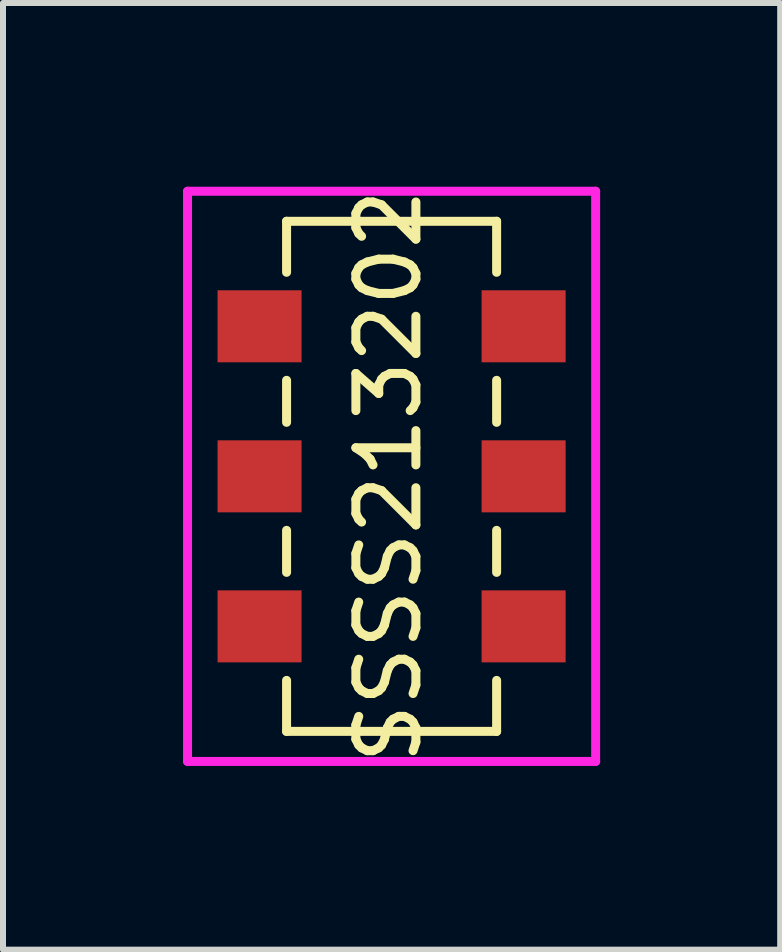
<source format=kicad_pcb>
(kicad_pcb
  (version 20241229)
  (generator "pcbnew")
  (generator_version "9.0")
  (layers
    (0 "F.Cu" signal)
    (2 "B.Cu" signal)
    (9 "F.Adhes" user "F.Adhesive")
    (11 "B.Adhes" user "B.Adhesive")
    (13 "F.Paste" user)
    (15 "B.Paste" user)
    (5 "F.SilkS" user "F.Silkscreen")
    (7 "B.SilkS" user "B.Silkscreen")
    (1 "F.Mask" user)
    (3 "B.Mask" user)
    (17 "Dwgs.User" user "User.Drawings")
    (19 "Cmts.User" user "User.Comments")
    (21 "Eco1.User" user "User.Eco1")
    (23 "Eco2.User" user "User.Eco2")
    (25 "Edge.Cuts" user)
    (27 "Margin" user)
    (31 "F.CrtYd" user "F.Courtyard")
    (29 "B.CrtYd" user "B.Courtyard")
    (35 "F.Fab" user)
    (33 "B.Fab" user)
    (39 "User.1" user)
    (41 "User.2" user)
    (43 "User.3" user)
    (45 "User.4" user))
  (footprint "SSSS213202"
    (layer "F.Cu")
    (at 1.275 2.387)
    (property "Reference" "SSSS213202" (at 2.15 2.5 90) (layer "F.SilkS") (effects (font (size 1 1) (thickness 0.15))))
    (attr through_hole)
    (fp_line (start 0.45 -1.75) (end 3.95 -1.75) (stroke (width 0.15) (type solid)) (layer "F.SilkS"))
    (fp_line (start 0.45 -0.9) (end 0.45 -1.75) (stroke (width 0.15) (type solid)) (layer "F.SilkS"))
    (fp_line (start 0.45 0.9) (end 0.45 1.6) (stroke (width 0.15) (type solid)) (layer "F.SilkS"))
    (fp_line (start 0.45 3.4) (end 0.45 4.1) (stroke (width 0.15) (type solid)) (layer "F.SilkS"))
    (fp_line (start 0.45 5.9) (end 0.45 6.75) (stroke (width 0.15) (type solid)) (layer "F.SilkS"))
    (fp_line (start 0.45 6.75) (end 3.95 6.75) (stroke (width 0.15) (type solid)) (layer "F.SilkS"))
    (fp_line (start 3.95 -1.75) (end 3.95 -0.9) (stroke (width 0.15) (type solid)) (layer "F.SilkS"))
    (fp_line (start 3.95 0.9) (end 3.95 1.6) (stroke (width 0.15) (type solid)) (layer "F.SilkS"))
    (fp_line (start 3.95 3.4) (end 3.95 4.1) (stroke (width 0.15) (type solid)) (layer "F.SilkS"))
    (fp_line (start 3.95 6.75) (end 3.95 5.9) (stroke (width 0.15) (type solid)) (layer "F.SilkS"))
    (fp_line (start -1.2 -2.25) (end 5.6 -2.25) (stroke (width 0.15) (type solid)) (layer "F.CrtYd"))
    (fp_line (start -1.2 7.25) (end -1.2 -2.25) (stroke (width 0.15) (type solid)) (layer "F.CrtYd"))
    (fp_line (start 5.6 -2.25) (end 5.6 7.25) (stroke (width 0.15) (type solid)) (layer "F.CrtYd"))
    (fp_line (start 5.6 7.25) (end -1.2 7.25) (stroke (width 0.15) (type solid)) (layer "F.CrtYd"))
    (pad "1" smd rect (at 0 0) (size 1.4 1.2) (layers "F.Cu" "F.Mask" "F.Paste"))
    (pad "1" smd rect (at 4.4 0) (size 1.4 1.2) (layers "F.Cu" "F.Mask" "F.Paste"))
    (pad "2" smd rect (at 0 2.5) (size 1.4 1.2) (layers "F.Cu" "F.Mask" "F.Paste"))
    (pad "2" smd rect (at 4.4 2.5) (size 1.4 1.2) (layers "F.Cu" "F.Mask" "F.Paste"))
    (pad "3" smd rect (at 0 5) (size 1.4 1.2) (layers "F.Cu" "F.Mask" "F.Paste"))
    (pad "3" smd rect (at 4.4 5) (size 1.4 1.2) (layers "F.Cu" "F.Mask" "F.Paste")))
  (gr_rect
    (start -3 -3)
    (end 9.95 12.774)
    (stroke (width 0.1) (type default))
    (fill no)
    (layer "Edge.Cuts")))
</source>
